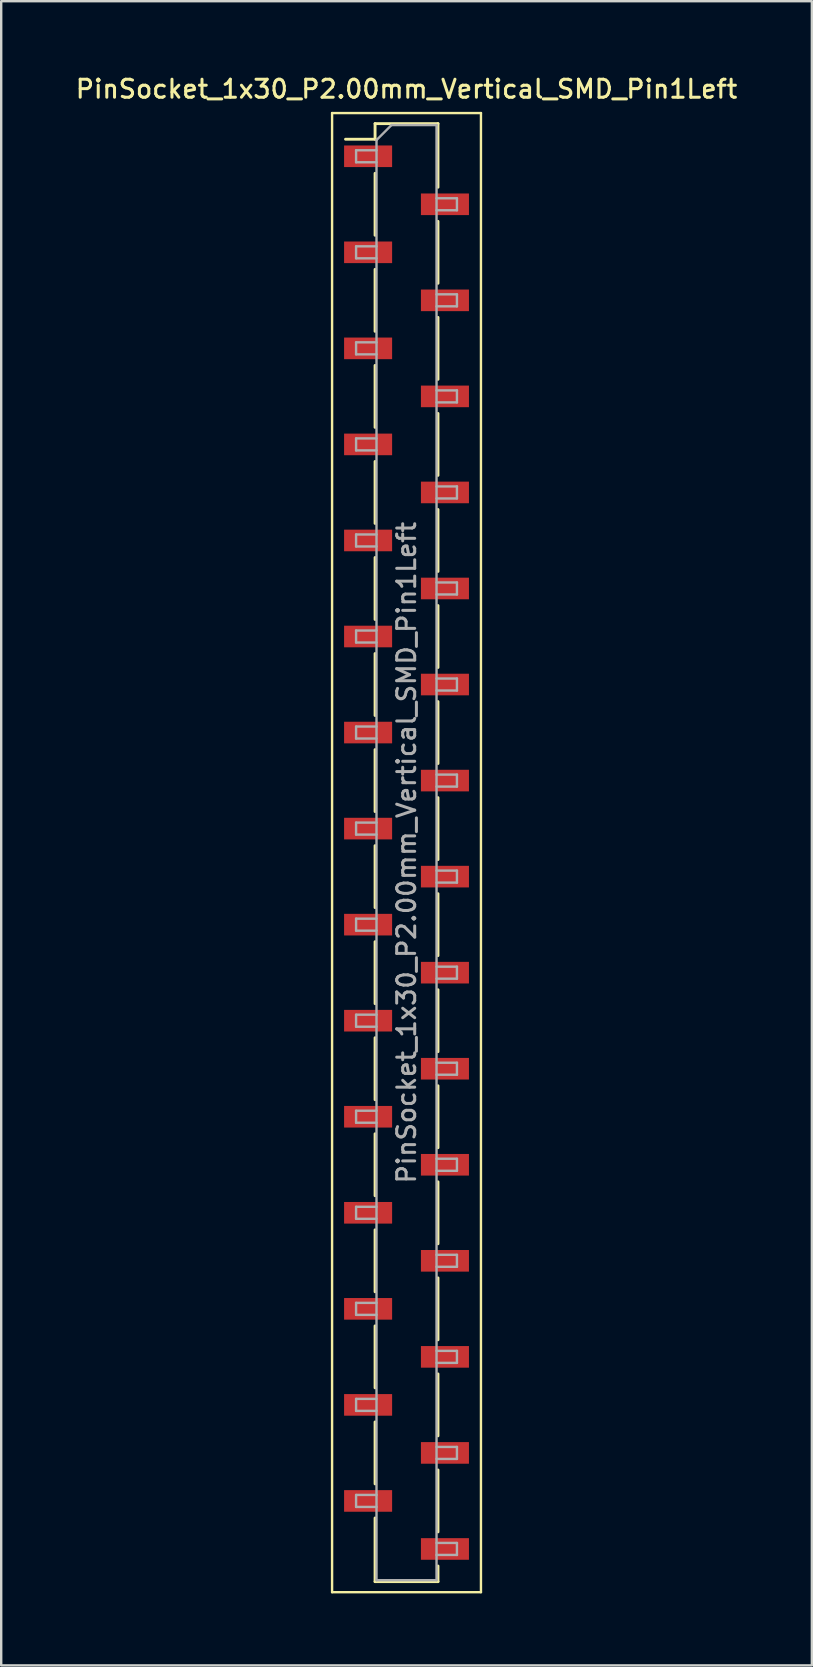
<source format=kicad_pcb>
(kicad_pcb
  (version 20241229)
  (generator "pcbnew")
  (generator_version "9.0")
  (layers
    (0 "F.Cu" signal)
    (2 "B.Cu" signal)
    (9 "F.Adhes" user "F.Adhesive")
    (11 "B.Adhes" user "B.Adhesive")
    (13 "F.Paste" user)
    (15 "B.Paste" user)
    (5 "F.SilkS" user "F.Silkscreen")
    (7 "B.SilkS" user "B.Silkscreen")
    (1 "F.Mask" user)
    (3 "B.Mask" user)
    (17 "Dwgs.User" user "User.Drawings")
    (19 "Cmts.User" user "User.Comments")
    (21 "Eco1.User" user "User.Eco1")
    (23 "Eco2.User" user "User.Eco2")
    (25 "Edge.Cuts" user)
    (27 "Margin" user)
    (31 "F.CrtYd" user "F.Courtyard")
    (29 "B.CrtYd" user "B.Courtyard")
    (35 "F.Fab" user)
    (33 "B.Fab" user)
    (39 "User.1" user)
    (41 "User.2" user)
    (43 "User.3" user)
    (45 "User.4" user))
  (footprint "PinSocket_1x30_P2.00mm_Vertical_SMD_Pin1Left"
    (layer "F.Cu")
    (at 13.88 32.458)
    (property "Reference" "PinSocket_1x30_P2.00mm_Vertical_SMD_Pin1Left" (at 0 -31.8 0) (layer "F.SilkS") (effects (font (size 0.75 0.75) (thickness 0.125))))
    (attr smd)
    (fp_line (start -3.1 -30.8) (end 3.1 -30.8) (stroke (width 0.1) (type solid)) (layer "F.SilkS"))
    (fp_line (start -3.1 30.8) (end -3.1 -30.8) (stroke (width 0.1) (type solid)) (layer "F.SilkS"))
    (fp_line (start -2.54 -29.71) (end -1.31 -29.71) (stroke (width 0.12) (type solid)) (layer "F.SilkS"))
    (fp_line (start -1.31 -30.36) (end -1.31 -29.71) (stroke (width 0.12) (type solid)) (layer "F.SilkS"))
    (fp_line (start -1.31 -30.36) (end 1.31 -30.36) (stroke (width 0.12) (type solid)) (layer "F.SilkS"))
    (fp_line (start -1.31 -28.29) (end -1.31 -25.71) (stroke (width 0.12) (type solid)) (layer "F.SilkS"))
    (fp_line (start -1.31 -24.29) (end -1.31 -21.71) (stroke (width 0.12) (type solid)) (layer "F.SilkS"))
    (fp_line (start -1.31 -20.29) (end -1.31 -17.71) (stroke (width 0.12) (type solid)) (layer "F.SilkS"))
    (fp_line (start -1.31 -16.29) (end -1.31 -13.71) (stroke (width 0.12) (type solid)) (layer "F.SilkS"))
    (fp_line (start -1.31 -12.29) (end -1.31 -9.71) (stroke (width 0.12) (type solid)) (layer "F.SilkS"))
    (fp_line (start -1.31 -8.29) (end -1.31 -5.71) (stroke (width 0.12) (type solid)) (layer "F.SilkS"))
    (fp_line (start -1.31 -4.29) (end -1.31 -1.71) (stroke (width 0.12) (type solid)) (layer "F.SilkS"))
    (fp_line (start -1.31 -0.29) (end -1.31 2.29) (stroke (width 0.12) (type solid)) (layer "F.SilkS"))
    (fp_line (start -1.31 3.71) (end -1.31 6.29) (stroke (width 0.12) (type solid)) (layer "F.SilkS"))
    (fp_line (start -1.31 7.71) (end -1.31 10.29) (stroke (width 0.12) (type solid)) (layer "F.SilkS"))
    (fp_line (start -1.31 11.71) (end -1.31 14.29) (stroke (width 0.12) (type solid)) (layer "F.SilkS"))
    (fp_line (start -1.31 15.71) (end -1.31 18.29) (stroke (width 0.12) (type solid)) (layer "F.SilkS"))
    (fp_line (start -1.31 19.71) (end -1.31 22.29) (stroke (width 0.12) (type solid)) (layer "F.SilkS"))
    (fp_line (start -1.31 23.71) (end -1.31 26.29) (stroke (width 0.12) (type solid)) (layer "F.SilkS"))
    (fp_line (start -1.31 27.71) (end -1.31 30.36) (stroke (width 0.12) (type solid)) (layer "F.SilkS"))
    (fp_line (start -1.31 30.36) (end 1.31 30.36) (stroke (width 0.12) (type solid)) (layer "F.SilkS"))
    (fp_line (start 1.31 -30.36) (end 1.31 -27.71) (stroke (width 0.12) (type solid)) (layer "F.SilkS"))
    (fp_line (start 1.31 -26.29) (end 1.31 -23.71) (stroke (width 0.12) (type solid)) (layer "F.SilkS"))
    (fp_line (start 1.31 -22.29) (end 1.31 -19.71) (stroke (width 0.12) (type solid)) (layer "F.SilkS"))
    (fp_line (start 1.31 -18.29) (end 1.31 -15.71) (stroke (width 0.12) (type solid)) (layer "F.SilkS"))
    (fp_line (start 1.31 -14.29) (end 1.31 -11.71) (stroke (width 0.12) (type solid)) (layer "F.SilkS"))
    (fp_line (start 1.31 -10.29) (end 1.31 -7.71) (stroke (width 0.12) (type solid)) (layer "F.SilkS"))
    (fp_line (start 1.31 -6.29) (end 1.31 -3.71) (stroke (width 0.12) (type solid)) (layer "F.SilkS"))
    (fp_line (start 1.31 -2.29) (end 1.31 0.29) (stroke (width 0.12) (type solid)) (layer "F.SilkS"))
    (fp_line (start 1.31 1.71) (end 1.31 4.29) (stroke (width 0.12) (type solid)) (layer "F.SilkS"))
    (fp_line (start 1.31 5.71) (end 1.31 8.29) (stroke (width 0.12) (type solid)) (layer "F.SilkS"))
    (fp_line (start 1.31 9.71) (end 1.31 12.29) (stroke (width 0.12) (type solid)) (layer "F.SilkS"))
    (fp_line (start 1.31 13.71) (end 1.31 16.29) (stroke (width 0.12) (type solid)) (layer "F.SilkS"))
    (fp_line (start 1.31 17.71) (end 1.31 20.29) (stroke (width 0.12) (type solid)) (layer "F.SilkS"))
    (fp_line (start 1.31 21.71) (end 1.31 24.29) (stroke (width 0.12) (type solid)) (layer "F.SilkS"))
    (fp_line (start 1.31 25.71) (end 1.31 28.29) (stroke (width 0.12) (type solid)) (layer "F.SilkS"))
    (fp_line (start 1.31 29.71) (end 1.31 30.36) (stroke (width 0.12) (type solid)) (layer "F.SilkS"))
    (fp_line (start 3.1 -30.8) (end 3.1 30.8) (stroke (width 0.1) (type solid)) (layer "F.SilkS"))
    (fp_line (start 3.1 30.8) (end -3.1 30.8) (stroke (width 0.1) (type solid)) (layer "F.SilkS"))
    (fp_line (start -2.1 -29.25) (end -1.25 -29.25) (stroke (width 0.1) (type solid)) (layer "F.Fab"))
    (fp_line (start -2.1 -28.75) (end -2.1 -29.25) (stroke (width 0.1) (type solid)) (layer "F.Fab"))
    (fp_line (start -2.1 -25.25) (end -1.25 -25.25) (stroke (width 0.1) (type solid)) (layer "F.Fab"))
    (fp_line (start -2.1 -24.75) (end -2.1 -25.25) (stroke (width 0.1) (type solid)) (layer "F.Fab"))
    (fp_line (start -2.1 -21.25) (end -1.25 -21.25) (stroke (width 0.1) (type solid)) (layer "F.Fab"))
    (fp_line (start -2.1 -20.75) (end -2.1 -21.25) (stroke (width 0.1) (type solid)) (layer "F.Fab"))
    (fp_line (start -2.1 -17.25) (end -1.25 -17.25) (stroke (width 0.1) (type solid)) (layer "F.Fab"))
    (fp_line (start -2.1 -16.75) (end -2.1 -17.25) (stroke (width 0.1) (type solid)) (layer "F.Fab"))
    (fp_line (start -2.1 -13.25) (end -1.25 -13.25) (stroke (width 0.1) (type solid)) (layer "F.Fab"))
    (fp_line (start -2.1 -12.75) (end -2.1 -13.25) (stroke (width 0.1) (type solid)) (layer "F.Fab"))
    (fp_line (start -2.1 -9.25) (end -1.25 -9.25) (stroke (width 0.1) (type solid)) (layer "F.Fab"))
    (fp_line (start -2.1 -8.75) (end -2.1 -9.25) (stroke (width 0.1) (type solid)) (layer "F.Fab"))
    (fp_line (start -2.1 -5.25) (end -1.25 -5.25) (stroke (width 0.1) (type solid)) (layer "F.Fab"))
    (fp_line (start -2.1 -4.75) (end -2.1 -5.25) (stroke (width 0.1) (type solid)) (layer "F.Fab"))
    (fp_line (start -2.1 -1.25) (end -1.25 -1.25) (stroke (width 0.1) (type solid)) (layer "F.Fab"))
    (fp_line (start -2.1 -0.75) (end -2.1 -1.25) (stroke (width 0.1) (type solid)) (layer "F.Fab"))
    (fp_line (start -2.1 2.75) (end -1.25 2.75) (stroke (width 0.1) (type solid)) (layer "F.Fab"))
    (fp_line (start -2.1 3.25) (end -2.1 2.75) (stroke (width 0.1) (type solid)) (layer "F.Fab"))
    (fp_line (start -2.1 6.75) (end -1.25 6.75) (stroke (width 0.1) (type solid)) (layer "F.Fab"))
    (fp_line (start -2.1 7.25) (end -2.1 6.75) (stroke (width 0.1) (type solid)) (layer "F.Fab"))
    (fp_line (start -2.1 10.75) (end -1.25 10.75) (stroke (width 0.1) (type solid)) (layer "F.Fab"))
    (fp_line (start -2.1 11.25) (end -2.1 10.75) (stroke (width 0.1) (type solid)) (layer "F.Fab"))
    (fp_line (start -2.1 14.75) (end -1.25 14.75) (stroke (width 0.1) (type solid)) (layer "F.Fab"))
    (fp_line (start -2.1 15.25) (end -2.1 14.75) (stroke (width 0.1) (type solid)) (layer "F.Fab"))
    (fp_line (start -2.1 18.75) (end -1.25 18.75) (stroke (width 0.1) (type solid)) (layer "F.Fab"))
    (fp_line (start -2.1 19.25) (end -2.1 18.75) (stroke (width 0.1) (type solid)) (layer "F.Fab"))
    (fp_line (start -2.1 22.75) (end -1.25 22.75) (stroke (width 0.1) (type solid)) (layer "F.Fab"))
    (fp_line (start -2.1 23.25) (end -2.1 22.75) (stroke (width 0.1) (type solid)) (layer "F.Fab"))
    (fp_line (start -2.1 26.75) (end -1.25 26.75) (stroke (width 0.1) (type solid)) (layer "F.Fab"))
    (fp_line (start -2.1 27.25) (end -2.1 26.75) (stroke (width 0.1) (type solid)) (layer "F.Fab"))
    (fp_line (start -1.25 -29.675) (end -0.625 -30.3) (stroke (width 0.1) (type solid)) (layer "F.Fab"))
    (fp_line (start -1.25 -28.75) (end -2.1 -28.75) (stroke (width 0.1) (type solid)) (layer "F.Fab"))
    (fp_line (start -1.25 -24.75) (end -2.1 -24.75) (stroke (width 0.1) (type solid)) (layer "F.Fab"))
    (fp_line (start -1.25 -20.75) (end -2.1 -20.75) (stroke (width 0.1) (type solid)) (layer "F.Fab"))
    (fp_line (start -1.25 -16.75) (end -2.1 -16.75) (stroke (width 0.1) (type solid)) (layer "F.Fab"))
    (fp_line (start -1.25 -12.75) (end -2.1 -12.75) (stroke (width 0.1) (type solid)) (layer "F.Fab"))
    (fp_line (start -1.25 -8.75) (end -2.1 -8.75) (stroke (width 0.1) (type solid)) (layer "F.Fab"))
    (fp_line (start -1.25 -4.75) (end -2.1 -4.75) (stroke (width 0.1) (type solid)) (layer "F.Fab"))
    (fp_line (start -1.25 -0.75) (end -2.1 -0.75) (stroke (width 0.1) (type solid)) (layer "F.Fab"))
    (fp_line (start -1.25 3.25) (end -2.1 3.25) (stroke (width 0.1) (type solid)) (layer "F.Fab"))
    (fp_line (start -1.25 7.25) (end -2.1 7.25) (stroke (width 0.1) (type solid)) (layer "F.Fab"))
    (fp_line (start -1.25 11.25) (end -2.1 11.25) (stroke (width 0.1) (type solid)) (layer "F.Fab"))
    (fp_line (start -1.25 15.25) (end -2.1 15.25) (stroke (width 0.1) (type solid)) (layer "F.Fab"))
    (fp_line (start -1.25 19.25) (end -2.1 19.25) (stroke (width 0.1) (type solid)) (layer "F.Fab"))
    (fp_line (start -1.25 23.25) (end -2.1 23.25) (stroke (width 0.1) (type solid)) (layer "F.Fab"))
    (fp_line (start -1.25 27.25) (end -2.1 27.25) (stroke (width 0.1) (type solid)) (layer "F.Fab"))
    (fp_line (start -1.25 30.3) (end -1.25 -29.675) (stroke (width 0.1) (type solid)) (layer "F.Fab"))
    (fp_line (start -0.625 -30.3) (end 1.25 -30.3) (stroke (width 0.1) (type solid)) (layer "F.Fab"))
    (fp_line (start 1.25 -30.3) (end 1.25 30.3) (stroke (width 0.1) (type solid)) (layer "F.Fab"))
    (fp_line (start 1.25 -27.25) (end 2.1 -27.25) (stroke (width 0.1) (type solid)) (layer "F.Fab"))
    (fp_line (start 1.25 -23.25) (end 2.1 -23.25) (stroke (width 0.1) (type solid)) (layer "F.Fab"))
    (fp_line (start 1.25 -19.25) (end 2.1 -19.25) (stroke (width 0.1) (type solid)) (layer "F.Fab"))
    (fp_line (start 1.25 -15.25) (end 2.1 -15.25) (stroke (width 0.1) (type solid)) (layer "F.Fab"))
    (fp_line (start 1.25 -11.25) (end 2.1 -11.25) (stroke (width 0.1) (type solid)) (layer "F.Fab"))
    (fp_line (start 1.25 -7.25) (end 2.1 -7.25) (stroke (width 0.1) (type solid)) (layer "F.Fab"))
    (fp_line (start 1.25 -3.25) (end 2.1 -3.25) (stroke (width 0.1) (type solid)) (layer "F.Fab"))
    (fp_line (start 1.25 0.75) (end 2.1 0.75) (stroke (width 0.1) (type solid)) (layer "F.Fab"))
    (fp_line (start 1.25 4.75) (end 2.1 4.75) (stroke (width 0.1) (type solid)) (layer "F.Fab"))
    (fp_line (start 1.25 8.75) (end 2.1 8.75) (stroke (width 0.1) (type solid)) (layer "F.Fab"))
    (fp_line (start 1.25 12.75) (end 2.1 12.75) (stroke (width 0.1) (type solid)) (layer "F.Fab"))
    (fp_line (start 1.25 16.75) (end 2.1 16.75) (stroke (width 0.1) (type solid)) (layer "F.Fab"))
    (fp_line (start 1.25 20.75) (end 2.1 20.75) (stroke (width 0.1) (type solid)) (layer "F.Fab"))
    (fp_line (start 1.25 24.75) (end 2.1 24.75) (stroke (width 0.1) (type solid)) (layer "F.Fab"))
    (fp_line (start 1.25 28.75) (end 2.1 28.75) (stroke (width 0.1) (type solid)) (layer "F.Fab"))
    (fp_line (start 1.25 30.3) (end -1.25 30.3) (stroke (width 0.1) (type solid)) (layer "F.Fab"))
    (fp_line (start 2.1 -27.25) (end 2.1 -26.75) (stroke (width 0.1) (type solid)) (layer "F.Fab"))
    (fp_line (start 2.1 -26.75) (end 1.25 -26.75) (stroke (width 0.1) (type solid)) (layer "F.Fab"))
    (fp_line (start 2.1 -23.25) (end 2.1 -22.75) (stroke (width 0.1) (type solid)) (layer "F.Fab"))
    (fp_line (start 2.1 -22.75) (end 1.25 -22.75) (stroke (width 0.1) (type solid)) (layer "F.Fab"))
    (fp_line (start 2.1 -19.25) (end 2.1 -18.75) (stroke (width 0.1) (type solid)) (layer "F.Fab"))
    (fp_line (start 2.1 -18.75) (end 1.25 -18.75) (stroke (width 0.1) (type solid)) (layer "F.Fab"))
    (fp_line (start 2.1 -15.25) (end 2.1 -14.75) (stroke (width 0.1) (type solid)) (layer "F.Fab"))
    (fp_line (start 2.1 -14.75) (end 1.25 -14.75) (stroke (width 0.1) (type solid)) (layer "F.Fab"))
    (fp_line (start 2.1 -11.25) (end 2.1 -10.75) (stroke (width 0.1) (type solid)) (layer "F.Fab"))
    (fp_line (start 2.1 -10.75) (end 1.25 -10.75) (stroke (width 0.1) (type solid)) (layer "F.Fab"))
    (fp_line (start 2.1 -7.25) (end 2.1 -6.75) (stroke (width 0.1) (type solid)) (layer "F.Fab"))
    (fp_line (start 2.1 -6.75) (end 1.25 -6.75) (stroke (width 0.1) (type solid)) (layer "F.Fab"))
    (fp_line (start 2.1 -3.25) (end 2.1 -2.75) (stroke (width 0.1) (type solid)) (layer "F.Fab"))
    (fp_line (start 2.1 -2.75) (end 1.25 -2.75) (stroke (width 0.1) (type solid)) (layer "F.Fab"))
    (fp_line (start 2.1 0.75) (end 2.1 1.25) (stroke (width 0.1) (type solid)) (layer "F.Fab"))
    (fp_line (start 2.1 1.25) (end 1.25 1.25) (stroke (width 0.1) (type solid)) (layer "F.Fab"))
    (fp_line (start 2.1 4.75) (end 2.1 5.25) (stroke (width 0.1) (type solid)) (layer "F.Fab"))
    (fp_line (start 2.1 5.25) (end 1.25 5.25) (stroke (width 0.1) (type solid)) (layer "F.Fab"))
    (fp_line (start 2.1 8.75) (end 2.1 9.25) (stroke (width 0.1) (type solid)) (layer "F.Fab"))
    (fp_line (start 2.1 9.25) (end 1.25 9.25) (stroke (width 0.1) (type solid)) (layer "F.Fab"))
    (fp_line (start 2.1 12.75) (end 2.1 13.25) (stroke (width 0.1) (type solid)) (layer "F.Fab"))
    (fp_line (start 2.1 13.25) (end 1.25 13.25) (stroke (width 0.1) (type solid)) (layer "F.Fab"))
    (fp_line (start 2.1 16.75) (end 2.1 17.25) (stroke (width 0.1) (type solid)) (layer "F.Fab"))
    (fp_line (start 2.1 17.25) (end 1.25 17.25) (stroke (width 0.1) (type solid)) (layer "F.Fab"))
    (fp_line (start 2.1 20.75) (end 2.1 21.25) (stroke (width 0.1) (type solid)) (layer "F.Fab"))
    (fp_line (start 2.1 21.25) (end 1.25 21.25) (stroke (width 0.1) (type solid)) (layer "F.Fab"))
    (fp_line (start 2.1 24.75) (end 2.1 25.25) (stroke (width 0.1) (type solid)) (layer "F.Fab"))
    (fp_line (start 2.1 25.25) (end 1.25 25.25) (stroke (width 0.1) (type solid)) (layer "F.Fab"))
    (fp_line (start 2.1 28.75) (end 2.1 29.25) (stroke (width 0.1) (type solid)) (layer "F.Fab"))
    (fp_line (start 2.1 29.25) (end 1.25 29.25) (stroke (width 0.1) (type solid)) (layer "F.Fab"))
    (fp_text user "${REFERENCE}" (at 0 0 90) (layer "F.Fab") (effects (font (size 0.75 0.75) (thickness 0.125))))
    (pad "1" smd rect (at -1.6 -29) (size 2 0.9) (layers "F.Cu" "F.Mask" "F.Paste"))
    (pad "2" smd rect (at 1.6 -27) (size 2 0.9) (layers "F.Cu" "F.Mask" "F.Paste"))
    (pad "3" smd rect (at -1.6 -25) (size 2 0.9) (layers "F.Cu" "F.Mask" "F.Paste"))
    (pad "4" smd rect (at 1.6 -23) (size 2 0.9) (layers "F.Cu" "F.Mask" "F.Paste"))
    (pad "5" smd rect (at -1.6 -21) (size 2 0.9) (layers "F.Cu" "F.Mask" "F.Paste"))
    (pad "6" smd rect (at 1.6 -19) (size 2 0.9) (layers "F.Cu" "F.Mask" "F.Paste"))
    (pad "7" smd rect (at -1.6 -17) (size 2 0.9) (layers "F.Cu" "F.Mask" "F.Paste"))
    (pad "8" smd rect (at 1.6 -15) (size 2 0.9) (layers "F.Cu" "F.Mask" "F.Paste"))
    (pad "9" smd rect (at -1.6 -13) (size 2 0.9) (layers "F.Cu" "F.Mask" "F.Paste"))
    (pad "10" smd rect (at 1.6 -11) (size 2 0.9) (layers "F.Cu" "F.Mask" "F.Paste"))
    (pad "11" smd rect (at -1.6 -9) (size 2 0.9) (layers "F.Cu" "F.Mask" "F.Paste"))
    (pad "12" smd rect (at 1.6 -7) (size 2 0.9) (layers "F.Cu" "F.Mask" "F.Paste"))
    (pad "13" smd rect (at -1.6 -5) (size 2 0.9) (layers "F.Cu" "F.Mask" "F.Paste"))
    (pad "14" smd rect (at 1.6 -3) (size 2 0.9) (layers "F.Cu" "F.Mask" "F.Paste"))
    (pad "15" smd rect (at -1.6 -1) (size 2 0.9) (layers "F.Cu" "F.Mask" "F.Paste"))
    (pad "16" smd rect (at 1.6 1) (size 2 0.9) (layers "F.Cu" "F.Mask" "F.Paste"))
    (pad "17" smd rect (at -1.6 3) (size 2 0.9) (layers "F.Cu" "F.Mask" "F.Paste"))
    (pad "18" smd rect (at 1.6 5) (size 2 0.9) (layers "F.Cu" "F.Mask" "F.Paste"))
    (pad "19" smd rect (at -1.6 7) (size 2 0.9) (layers "F.Cu" "F.Mask" "F.Paste"))
    (pad "20" smd rect (at 1.6 9) (size 2 0.9) (layers "F.Cu" "F.Mask" "F.Paste"))
    (pad "21" smd rect (at -1.6 11) (size 2 0.9) (layers "F.Cu" "F.Mask" "F.Paste"))
    (pad "22" smd rect (at 1.6 13) (size 2 0.9) (layers "F.Cu" "F.Mask" "F.Paste"))
    (pad "23" smd rect (at -1.6 15) (size 2 0.9) (layers "F.Cu" "F.Mask" "F.Paste"))
    (pad "24" smd rect (at 1.6 17) (size 2 0.9) (layers "F.Cu" "F.Mask" "F.Paste"))
    (pad "25" smd rect (at -1.6 19) (size 2 0.9) (layers "F.Cu" "F.Mask" "F.Paste"))
    (pad "26" smd rect (at 1.6 21) (size 2 0.9) (layers "F.Cu" "F.Mask" "F.Paste"))
    (pad "27" smd rect (at -1.6 23) (size 2 0.9) (layers "F.Cu" "F.Mask" "F.Paste"))
    (pad "28" smd rect (at 1.6 25) (size 2 0.9) (layers "F.Cu" "F.Mask" "F.Paste"))
    (pad "29" smd rect (at -1.6 27) (size 2 0.9) (layers "F.Cu" "F.Mask" "F.Paste"))
    (pad "30" smd rect (at 1.6 29) (size 2 0.9) (layers "F.Cu" "F.Mask" "F.Paste")))
  (gr_rect
    (start -3 -3)
    (end 30.761 66.308)
    (stroke (width 0.1) (type default))
    (fill no)
    (layer "Edge.Cuts")))
</source>
